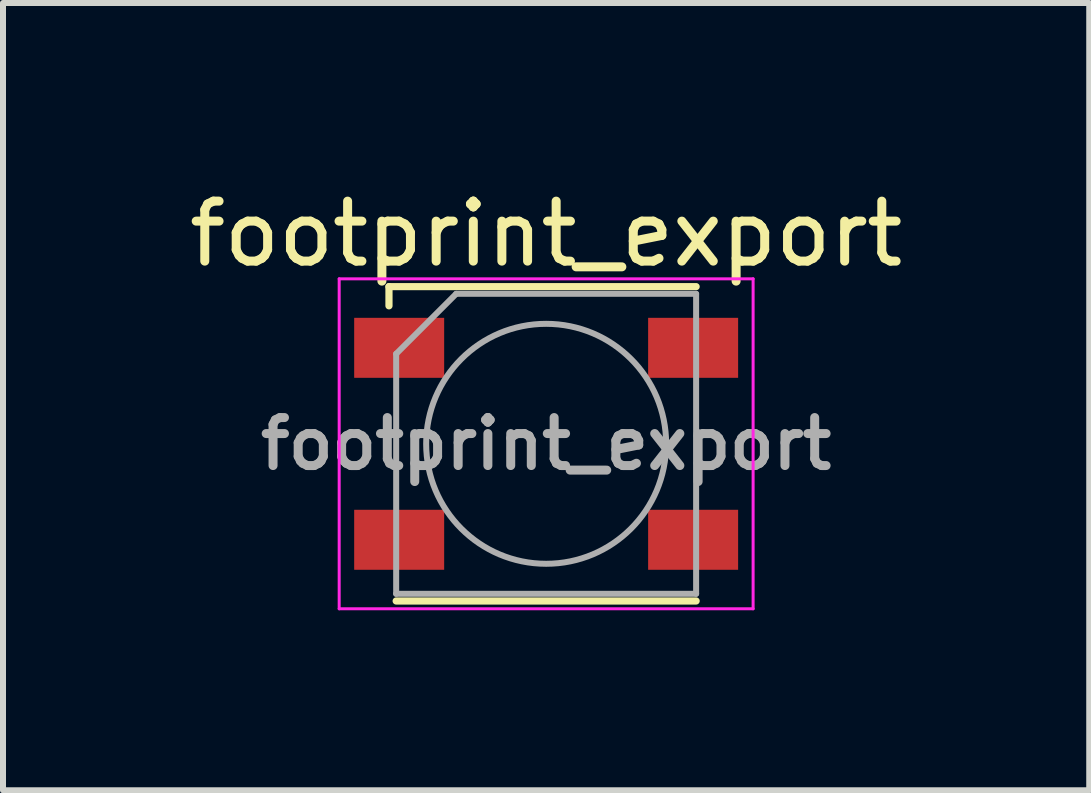
<source format=kicad_pcb>
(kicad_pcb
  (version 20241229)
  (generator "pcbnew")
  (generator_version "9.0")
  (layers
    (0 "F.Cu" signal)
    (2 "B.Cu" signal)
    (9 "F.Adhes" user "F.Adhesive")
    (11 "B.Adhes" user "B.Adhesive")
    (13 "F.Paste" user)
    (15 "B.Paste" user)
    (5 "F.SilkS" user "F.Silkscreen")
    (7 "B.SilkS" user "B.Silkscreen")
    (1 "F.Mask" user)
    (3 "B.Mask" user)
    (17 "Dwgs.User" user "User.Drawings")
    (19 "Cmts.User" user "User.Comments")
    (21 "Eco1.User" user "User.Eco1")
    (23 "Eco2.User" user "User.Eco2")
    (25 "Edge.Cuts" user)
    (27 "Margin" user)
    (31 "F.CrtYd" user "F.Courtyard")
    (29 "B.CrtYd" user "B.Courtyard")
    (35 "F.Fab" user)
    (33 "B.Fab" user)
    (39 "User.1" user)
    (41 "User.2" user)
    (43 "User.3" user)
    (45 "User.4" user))
  (footprint "footprint_export"
    (layer "F.Cu")
    (at 6.054 4.348)
    (property "Reference" "footprint_export" (at 0 -3.5 0) (layer "F.SilkS") (effects (font (size 1 1) (thickness 0.15))))
    (attr smd)
    (fp_line (start -2.62 -2.62) (end 2.5 -2.62) (stroke (width 0.12) (type solid)) (layer "F.SilkS"))
    (fp_line (start -2.62 -2.3) (end -2.62 -2.62) (stroke (width 0.12) (type solid)) (layer "F.SilkS"))
    (fp_line (start -2.5 2.62) (end 2.5 2.62) (stroke (width 0.12) (type solid)) (layer "F.SilkS"))
    (fp_line (start -3.45 -2.75) (end -3.45 2.75) (stroke (width 0.05) (type solid)) (layer "F.CrtYd"))
    (fp_line (start -3.45 2.75) (end 3.45 2.75) (stroke (width 0.05) (type solid)) (layer "F.CrtYd"))
    (fp_line (start 3.45 -2.75) (end -3.45 -2.75) (stroke (width 0.05) (type solid)) (layer "F.CrtYd"))
    (fp_line (start 3.45 2.75) (end 3.45 -2.75) (stroke (width 0.05) (type solid)) (layer "F.CrtYd"))
    (fp_line (start -2.5 -1.5) (end -2.5 2.5) (stroke (width 0.1) (type solid)) (layer "F.Fab"))
    (fp_line (start -2.5 2.5) (end 2.5 2.5) (stroke (width 0.1) (type solid)) (layer "F.Fab"))
    (fp_line (start -1.5 -2.5) (end -2.5 -1.5) (stroke (width 0.1) (type solid)) (layer "F.Fab"))
    (fp_line (start 2.5 -2.5) (end -1.5 -2.5) (stroke (width 0.1) (type solid)) (layer "F.Fab"))
    (fp_line (start 2.5 2.5) (end 2.5 -2.5) (stroke (width 0.1) (type solid)) (layer "F.Fab"))
    (fp_circle (center 0 0) (end 0 -2) (stroke (width 0.1) (type solid)) (fill no) (layer "F.Fab"))
    (fp_text user "${REFERENCE}" (at 0 0 0) (layer "F.Fab") (effects (font (size 0.8 0.8) (thickness 0.15))))
    (pad "1" smd rect (at -2.45 -1.6) (size 1.5 1) (layers "F.Cu" "F.Mask" "F.Paste"))
    (pad "2" smd rect (at -2.45 1.6) (size 1.5 1) (layers "F.Cu" "F.Mask" "F.Paste"))
    (pad "3" smd rect (at 2.45 1.6) (size 1.5 1) (layers "F.Cu" "F.Mask" "F.Paste"))
    (pad "4" smd rect (at 2.45 -1.6) (size 1.5 1) (layers "F.Cu" "F.Mask" "F.Paste")))
  (gr_rect
    (start -3 -3)
    (end 15.107 10.123)
    (stroke (width 0.1) (type default))
    (fill no)
    (layer "Edge.Cuts")))
</source>
